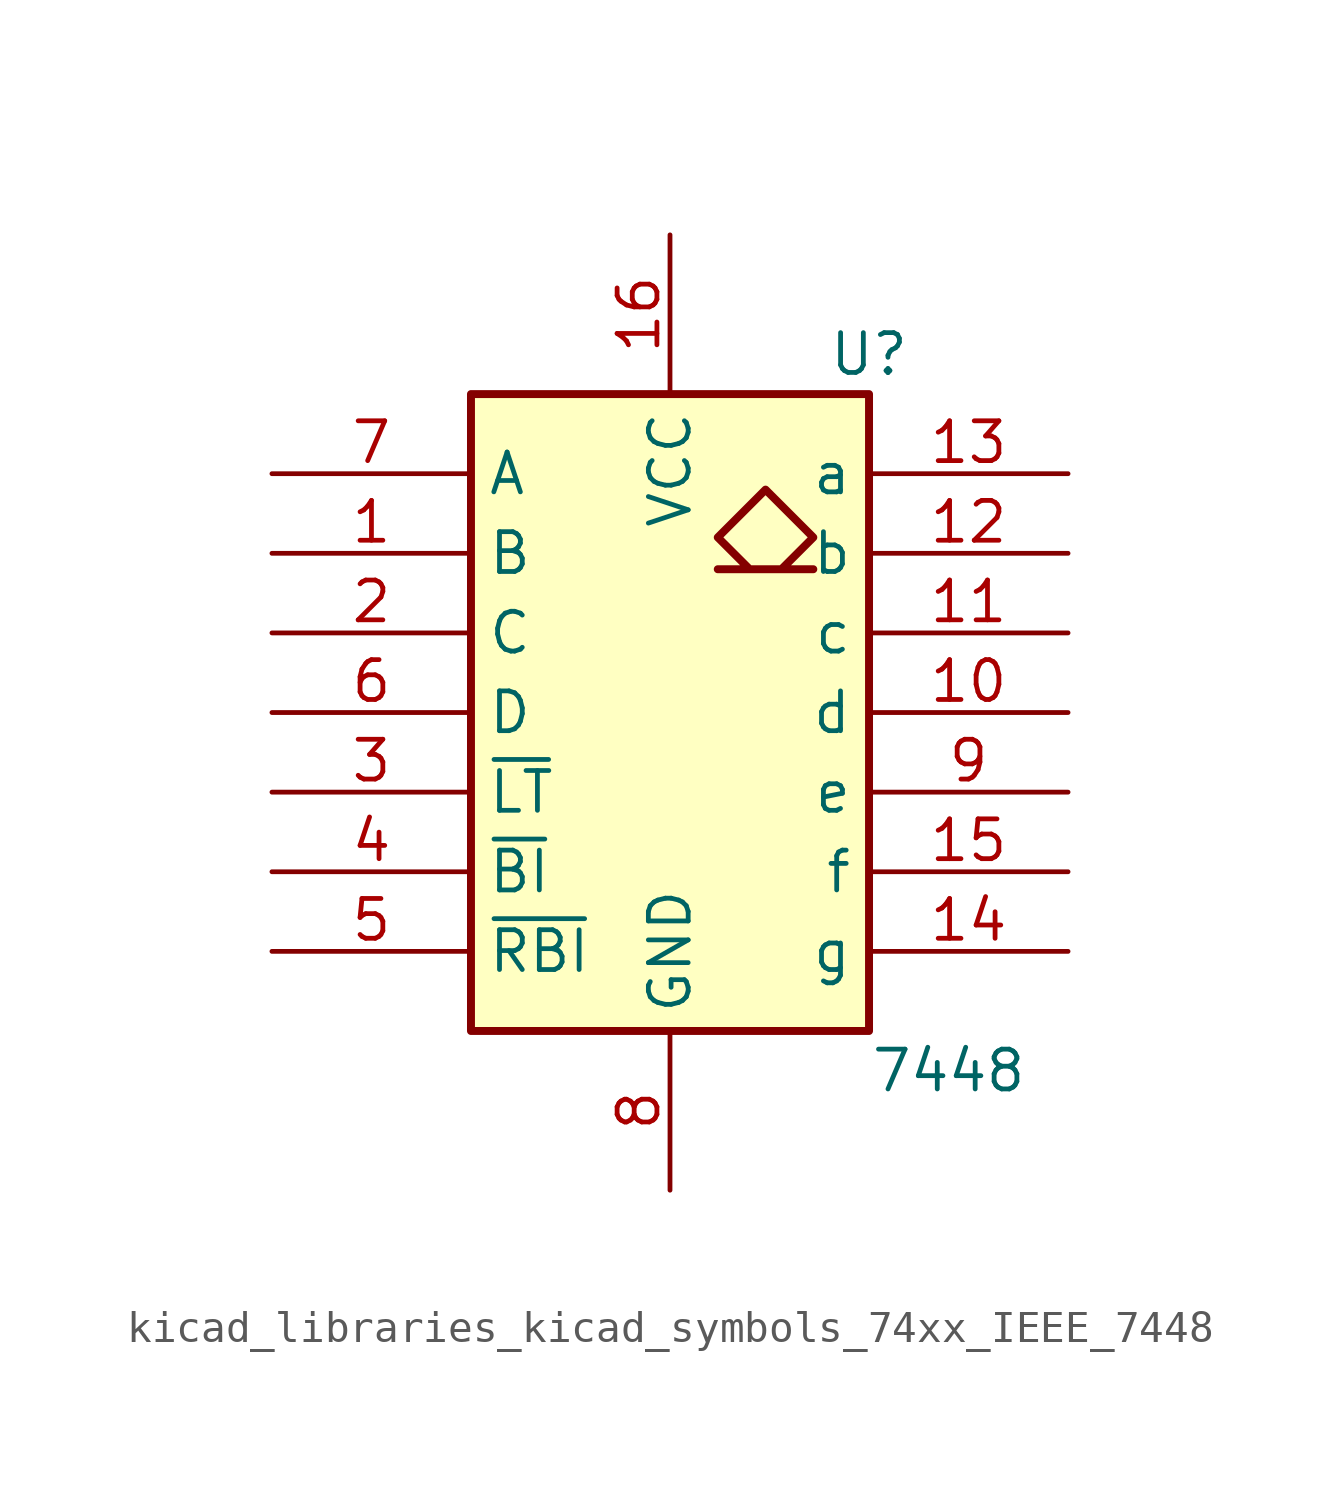
<source format=kicad_sym>
(kicad_symbol_lib
  (version 20220914)
  (generator kicad_symbol_editor)
  (symbol "kicad_libraries_kicad_symbols_74xx_IEEE_7448"
    (property "Reference" "U"
      (at 6.35 11.43 0)
      (effects (font (size 1.27 1.27))))
    (property "Value" "7448"
      (at 8.89 -11.43 0)
      (effects (font (size 1.27 1.27))))
    (symbol "kicad_libraries_kicad_symbols_74xx_IEEE_7448_0_0"
      (rectangle (start -6.35 10.16) (end 6.35 -10.16) (stroke (width 0.254) (type default)) (fill (type background)))
      (polyline (pts (xy 3.556 4.572) (xy 4.572 5.588) (xy 3.048 7.112) (xy 1.524 5.588) (xy 2.54 4.572) (xy 1.524 4.572) (xy 4.572 4.572) (xy 4.572 4.572)) (stroke (width 0.254) (type default)) (fill (type background)))
      (pin power_in line (at 0 15.24 270) (length 5.08) (name "VCC" (effects (font (size 1.27 1.27)))) (number "16" (effects (font (size 1.27 1.27)))))
      (pin power_in line (at 0 -15.24 90) (length 5.08) (name "GND" (effects (font (size 1.27 1.27)))) (number "8" (effects (font (size 1.27 1.27))))))
    (symbol "kicad_libraries_kicad_symbols_74xx_IEEE_7448_1_1"
      (pin input line (at -12.7 5.08 0) (length 6.35) (name "B" (effects (font (size 1.27 1.27)))) (number "1" (effects (font (size 1.27 1.27)))))
      (pin open_collector line (at 12.7 0 180) (length 6.35) (name "d" (effects (font (size 1.27 1.27)))) (number "10" (effects (font (size 1.27 1.27)))))
      (pin open_collector line (at 12.7 2.54 180) (length 6.35) (name "c" (effects (font (size 1.27 1.27)))) (number "11" (effects (font (size 1.27 1.27)))))
      (pin open_collector line (at 12.7 5.08 180) (length 6.35) (name "b" (effects (font (size 1.27 1.27)))) (number "12" (effects (font (size 1.27 1.27)))))
      (pin open_collector line (at 12.7 7.62 180) (length 6.35) (name "a" (effects (font (size 1.27 1.27)))) (number "13" (effects (font (size 1.27 1.27)))))
      (pin open_collector line (at 12.7 -7.62 180) (length 6.35) (name "g" (effects (font (size 1.27 1.27)))) (number "14" (effects (font (size 1.27 1.27)))))
      (pin open_collector line (at 12.7 -5.08 180) (length 6.35) (name "f" (effects (font (size 1.27 1.27)))) (number "15" (effects (font (size 1.27 1.27)))))
      (pin input line (at -12.7 2.54 0) (length 6.35) (name "C" (effects (font (size 1.27 1.27)))) (number "2" (effects (font (size 1.27 1.27)))))
      (pin input line (at -12.7 -2.54 0) (length 6.35) (name "~{LT}" (effects (font (size 1.27 1.27)))) (number "3" (effects (font (size 1.27 1.27)))))
      (pin input line (at -12.7 -5.08 0) (length 6.35) (name "~{BI}" (effects (font (size 1.27 1.27)))) (number "4" (effects (font (size 1.27 1.27)))))
      (pin input line (at -12.7 -7.62 0) (length 6.35) (name "~{RBI}" (effects (font (size 1.27 1.27)))) (number "5" (effects (font (size 1.27 1.27)))))
      (pin input line (at -12.7 0 0) (length 6.35) (name "D" (effects (font (size 1.27 1.27)))) (number "6" (effects (font (size 1.27 1.27)))))
      (pin input line (at -12.7 7.62 0) (length 6.35) (name "A" (effects (font (size 1.27 1.27)))) (number "7" (effects (font (size 1.27 1.27)))))
      (pin open_collector line (at 12.7 -2.54 180) (length 6.35) (name "e" (effects (font (size 1.27 1.27)))) (number "9" (effects (font (size 1.27 1.27))))))))
</source>
